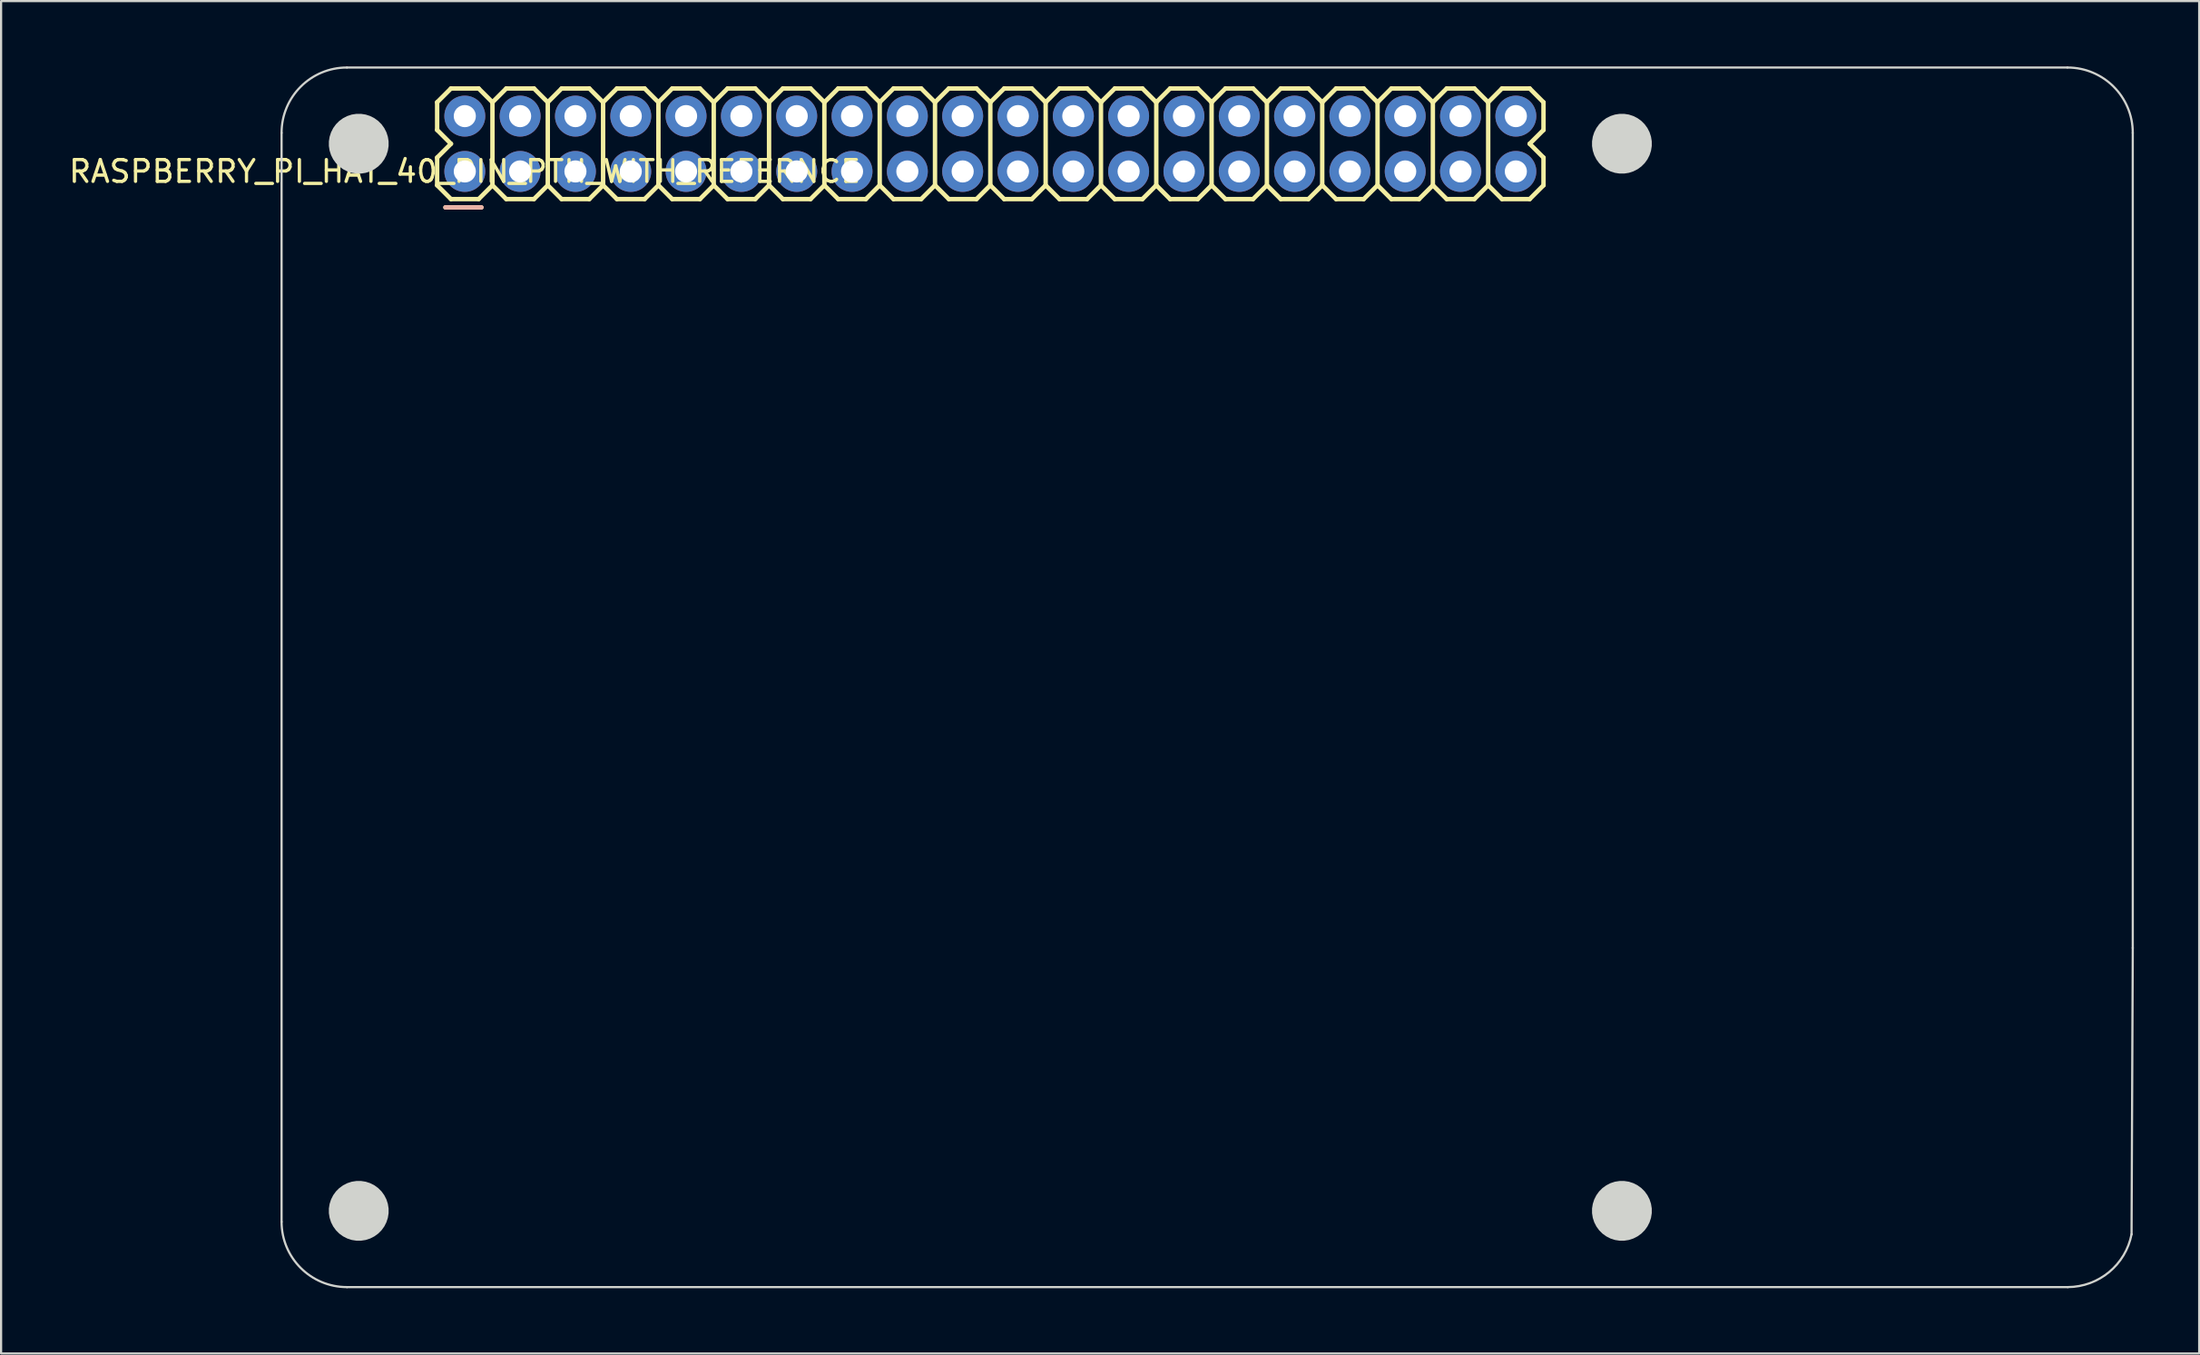
<source format=kicad_pcb>
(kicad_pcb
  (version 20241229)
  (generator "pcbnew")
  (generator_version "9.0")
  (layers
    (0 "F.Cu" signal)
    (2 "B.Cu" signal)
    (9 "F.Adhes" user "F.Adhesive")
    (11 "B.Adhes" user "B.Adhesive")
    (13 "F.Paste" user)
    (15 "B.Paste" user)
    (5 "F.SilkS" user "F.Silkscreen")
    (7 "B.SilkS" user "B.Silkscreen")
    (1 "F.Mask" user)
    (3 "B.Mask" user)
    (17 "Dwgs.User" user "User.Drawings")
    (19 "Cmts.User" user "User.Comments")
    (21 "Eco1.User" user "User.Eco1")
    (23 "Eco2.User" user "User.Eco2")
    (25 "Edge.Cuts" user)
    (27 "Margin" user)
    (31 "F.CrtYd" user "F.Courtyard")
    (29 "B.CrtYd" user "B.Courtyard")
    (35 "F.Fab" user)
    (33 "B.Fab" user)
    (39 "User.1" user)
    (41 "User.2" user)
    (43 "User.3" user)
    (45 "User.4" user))
  (footprint "RASPBERRY_PI_HAT_40_PIN_PTH_WITH_REFERNCE"
    (layer "F.Cu")
    (at 18.292 4.822)
    (property "Reference" "RASPBERRY_PI_HAT_40_PIN_PTH_WITH_REFERNCE" (at 0 0 0) (layer "F.SilkS") (effects (font (size 1 1) (thickness 0.15))))
    (fp_line (start -1.27 -3.175) (end -1.27 -1.905) (stroke (width 0.203) (type default)) (layer "F.SilkS"))
    (fp_line (start -1.27 -3.175) (end -0.635 -3.81) (stroke (width 0.203) (type default)) (layer "F.SilkS"))
    (fp_line (start -1.27 -1.905) (end -0.635 -1.27) (stroke (width 0.203) (type default)) (layer "F.SilkS"))
    (fp_line (start -1.27 -0.635) (end -1.27 0.635) (stroke (width 0.203) (type default)) (layer "F.SilkS"))
    (fp_line (start -1.27 0.635) (end -0.635 1.27) (stroke (width 0.203) (type default)) (layer "F.SilkS"))
    (fp_line (start -0.889 1.651) (end 0.762 1.651) (stroke (width 0.203) (type default)) (layer "F.SilkS"))
    (fp_line (start -0.635 -3.81) (end 0.635 -3.81) (stroke (width 0.203) (type default)) (layer "F.SilkS"))
    (fp_line (start -0.635 -1.27) (end -1.27 -0.635) (stroke (width 0.203) (type default)) (layer "F.SilkS"))
    (fp_line (start 0.635 -3.81) (end 1.27 -3.175) (stroke (width 0.203) (type default)) (layer "F.SilkS"))
    (fp_line (start 0.635 1.27) (end -0.635 1.27) (stroke (width 0.203) (type default)) (layer "F.SilkS"))
    (fp_line (start 1.27 -3.175) (end 1.27 0.635) (stroke (width 0.203) (type default)) (layer "F.SilkS"))
    (fp_line (start 1.27 -3.175) (end 1.905 -3.81) (stroke (width 0.203) (type default)) (layer "F.SilkS"))
    (fp_line (start 1.27 0.635) (end 0.635 1.27) (stroke (width 0.203) (type default)) (layer "F.SilkS"))
    (fp_line (start 1.905 -3.81) (end 3.175 -3.81) (stroke (width 0.203) (type default)) (layer "F.SilkS"))
    (fp_line (start 1.905 1.27) (end 1.27 0.635) (stroke (width 0.203) (type default)) (layer "F.SilkS"))
    (fp_line (start 3.175 -3.81) (end 3.81 -3.175) (stroke (width 0.203) (type default)) (layer "F.SilkS"))
    (fp_line (start 3.175 1.27) (end 1.905 1.27) (stroke (width 0.203) (type default)) (layer "F.SilkS"))
    (fp_line (start 3.81 -3.175) (end 3.81 0.635) (stroke (width 0.203) (type default)) (layer "F.SilkS"))
    (fp_line (start 3.81 -3.175) (end 4.445 -3.81) (stroke (width 0.203) (type default)) (layer "F.SilkS"))
    (fp_line (start 3.81 0.635) (end 3.175 1.27) (stroke (width 0.203) (type default)) (layer "F.SilkS"))
    (fp_line (start 4.445 -3.81) (end 5.715 -3.81) (stroke (width 0.203) (type default)) (layer "F.SilkS"))
    (fp_line (start 4.445 1.27) (end 3.81 0.635) (stroke (width 0.203) (type default)) (layer "F.SilkS"))
    (fp_line (start 5.715 -3.81) (end 6.35 -3.175) (stroke (width 0.203) (type default)) (layer "F.SilkS"))
    (fp_line (start 5.715 1.27) (end 4.445 1.27) (stroke (width 0.203) (type default)) (layer "F.SilkS"))
    (fp_line (start 6.35 -3.175) (end 6.35 0.635) (stroke (width 0.203) (type default)) (layer "F.SilkS"))
    (fp_line (start 6.35 0.635) (end 5.715 1.27) (stroke (width 0.203) (type default)) (layer "F.SilkS"))
    (fp_line (start 6.35 0.635) (end 6.985 1.27) (stroke (width 0.203) (type default)) (layer "F.SilkS"))
    (fp_line (start 6.985 -3.81) (end 6.35 -3.175) (stroke (width 0.203) (type default)) (layer "F.SilkS"))
    (fp_line (start 6.985 -3.81) (end 8.255 -3.81) (stroke (width 0.203) (type default)) (layer "F.SilkS"))
    (fp_line (start 8.255 -3.81) (end 8.89 -3.175) (stroke (width 0.203) (type default)) (layer "F.SilkS"))
    (fp_line (start 8.255 1.27) (end 6.985 1.27) (stroke (width 0.203) (type default)) (layer "F.SilkS"))
    (fp_line (start 8.89 -3.175) (end 8.89 0.635) (stroke (width 0.203) (type default)) (layer "F.SilkS"))
    (fp_line (start 8.89 -3.175) (end 9.525 -3.81) (stroke (width 0.203) (type default)) (layer "F.SilkS"))
    (fp_line (start 8.89 0.635) (end 8.255 1.27) (stroke (width 0.203) (type default)) (layer "F.SilkS"))
    (fp_line (start 9.525 -3.81) (end 10.795 -3.81) (stroke (width 0.203) (type default)) (layer "F.SilkS"))
    (fp_line (start 9.525 1.27) (end 8.89 0.635) (stroke (width 0.203) (type default)) (layer "F.SilkS"))
    (fp_line (start 10.795 -3.81) (end 11.43 -3.175) (stroke (width 0.203) (type default)) (layer "F.SilkS"))
    (fp_line (start 10.795 1.27) (end 9.525 1.27) (stroke (width 0.203) (type default)) (layer "F.SilkS"))
    (fp_line (start 11.43 -3.175) (end 11.43 0.635) (stroke (width 0.203) (type default)) (layer "F.SilkS"))
    (fp_line (start 11.43 -3.175) (end 12.065 -3.81) (stroke (width 0.203) (type default)) (layer "F.SilkS"))
    (fp_line (start 11.43 0.635) (end 10.795 1.27) (stroke (width 0.203) (type default)) (layer "F.SilkS"))
    (fp_line (start 12.065 -3.81) (end 13.335 -3.81) (stroke (width 0.203) (type default)) (layer "F.SilkS"))
    (fp_line (start 12.065 1.27) (end 11.43 0.635) (stroke (width 0.203) (type default)) (layer "F.SilkS"))
    (fp_line (start 13.335 -3.81) (end 13.97 -3.175) (stroke (width 0.203) (type default)) (layer "F.SilkS"))
    (fp_line (start 13.335 1.27) (end 12.065 1.27) (stroke (width 0.203) (type default)) (layer "F.SilkS"))
    (fp_line (start 13.97 -3.175) (end 13.97 0.635) (stroke (width 0.203) (type default)) (layer "F.SilkS"))
    (fp_line (start 13.97 0.635) (end 13.335 1.27) (stroke (width 0.203) (type default)) (layer "F.SilkS"))
    (fp_line (start 13.97 0.635) (end 14.605 1.27) (stroke (width 0.203) (type default)) (layer "F.SilkS"))
    (fp_line (start 14.605 -3.81) (end 13.97 -3.175) (stroke (width 0.203) (type default)) (layer "F.SilkS"))
    (fp_line (start 14.605 -3.81) (end 15.875 -3.81) (stroke (width 0.203) (type default)) (layer "F.SilkS"))
    (fp_line (start 15.875 -3.81) (end 16.51 -3.175) (stroke (width 0.203) (type default)) (layer "F.SilkS"))
    (fp_line (start 15.875 1.27) (end 14.605 1.27) (stroke (width 0.203) (type default)) (layer "F.SilkS"))
    (fp_line (start 16.51 -3.175) (end 16.51 0.635) (stroke (width 0.203) (type default)) (layer "F.SilkS"))
    (fp_line (start 16.51 0.635) (end 15.875 1.27) (stroke (width 0.203) (type default)) (layer "F.SilkS"))
    (fp_line (start 16.51 0.635) (end 17.145 1.27) (stroke (width 0.203) (type default)) (layer "F.SilkS"))
    (fp_line (start 17.145 -3.81) (end 16.51 -3.175) (stroke (width 0.203) (type default)) (layer "F.SilkS"))
    (fp_line (start 17.145 -3.81) (end 18.415 -3.81) (stroke (width 0.203) (type default)) (layer "F.SilkS"))
    (fp_line (start 18.415 -3.81) (end 19.05 -3.175) (stroke (width 0.203) (type default)) (layer "F.SilkS"))
    (fp_line (start 18.415 1.27) (end 17.145 1.27) (stroke (width 0.203) (type default)) (layer "F.SilkS"))
    (fp_line (start 19.05 -3.175) (end 19.05 0.635) (stroke (width 0.203) (type default)) (layer "F.SilkS"))
    (fp_line (start 19.05 -3.175) (end 19.685 -3.81) (stroke (width 0.203) (type default)) (layer "F.SilkS"))
    (fp_line (start 19.05 0.635) (end 18.415 1.27) (stroke (width 0.203) (type default)) (layer "F.SilkS"))
    (fp_line (start 19.685 -3.81) (end 20.955 -3.81) (stroke (width 0.203) (type default)) (layer "F.SilkS"))
    (fp_line (start 19.685 1.27) (end 19.05 0.635) (stroke (width 0.203) (type default)) (layer "F.SilkS"))
    (fp_line (start 20.955 -3.81) (end 21.59 -3.175) (stroke (width 0.203) (type default)) (layer "F.SilkS"))
    (fp_line (start 20.955 1.27) (end 19.685 1.27) (stroke (width 0.203) (type default)) (layer "F.SilkS"))
    (fp_line (start 21.59 -3.175) (end 21.59 0.635) (stroke (width 0.203) (type default)) (layer "F.SilkS"))
    (fp_line (start 21.59 -3.175) (end 22.225 -3.81) (stroke (width 0.203) (type default)) (layer "F.SilkS"))
    (fp_line (start 21.59 0.635) (end 20.955 1.27) (stroke (width 0.203) (type default)) (layer "F.SilkS"))
    (fp_line (start 22.225 -3.81) (end 23.495 -3.81) (stroke (width 0.203) (type default)) (layer "F.SilkS"))
    (fp_line (start 22.225 1.27) (end 21.59 0.635) (stroke (width 0.203) (type default)) (layer "F.SilkS"))
    (fp_line (start 23.495 -3.81) (end 24.13 -3.175) (stroke (width 0.203) (type default)) (layer "F.SilkS"))
    (fp_line (start 23.495 1.27) (end 22.225 1.27) (stroke (width 0.203) (type default)) (layer "F.SilkS"))
    (fp_line (start 24.13 -3.175) (end 24.13 0.635) (stroke (width 0.203) (type default)) (layer "F.SilkS"))
    (fp_line (start 24.13 0.635) (end 23.495 1.27) (stroke (width 0.203) (type default)) (layer "F.SilkS"))
    (fp_line (start 24.13 0.635) (end 24.765 1.27) (stroke (width 0.203) (type default)) (layer "F.SilkS"))
    (fp_line (start 24.765 -3.81) (end 24.13 -3.175) (stroke (width 0.203) (type default)) (layer "F.SilkS"))
    (fp_line (start 24.765 -3.81) (end 26.035 -3.81) (stroke (width 0.203) (type default)) (layer "F.SilkS"))
    (fp_line (start 26.035 -3.81) (end 26.67 -3.175) (stroke (width 0.203) (type default)) (layer "F.SilkS"))
    (fp_line (start 26.035 1.27) (end 24.765 1.27) (stroke (width 0.203) (type default)) (layer "F.SilkS"))
    (fp_line (start 26.67 -3.175) (end 26.67 0.635) (stroke (width 0.203) (type default)) (layer "F.SilkS"))
    (fp_line (start 26.67 -3.175) (end 27.305 -3.81) (stroke (width 0.203) (type default)) (layer "F.SilkS"))
    (fp_line (start 26.67 0.635) (end 26.035 1.27) (stroke (width 0.203) (type default)) (layer "F.SilkS"))
    (fp_line (start 27.305 -3.81) (end 28.575 -3.81) (stroke (width 0.203) (type default)) (layer "F.SilkS"))
    (fp_line (start 27.305 1.27) (end 26.67 0.635) (stroke (width 0.203) (type default)) (layer "F.SilkS"))
    (fp_line (start 28.575 -3.81) (end 29.21 -3.175) (stroke (width 0.203) (type default)) (layer "F.SilkS"))
    (fp_line (start 28.575 1.27) (end 27.305 1.27) (stroke (width 0.203) (type default)) (layer "F.SilkS"))
    (fp_line (start 29.21 -3.175) (end 29.21 0.635) (stroke (width 0.203) (type default)) (layer "F.SilkS"))
    (fp_line (start 29.21 -3.175) (end 29.845 -3.81) (stroke (width 0.203) (type default)) (layer "F.SilkS"))
    (fp_line (start 29.21 0.635) (end 28.575 1.27) (stroke (width 0.203) (type default)) (layer "F.SilkS"))
    (fp_line (start 29.845 -3.81) (end 31.115 -3.81) (stroke (width 0.203) (type default)) (layer "F.SilkS"))
    (fp_line (start 29.845 1.27) (end 29.21 0.635) (stroke (width 0.203) (type default)) (layer "F.SilkS"))
    (fp_line (start 31.115 -3.81) (end 31.75 -3.175) (stroke (width 0.203) (type default)) (layer "F.SilkS"))
    (fp_line (start 31.115 1.27) (end 29.845 1.27) (stroke (width 0.203) (type default)) (layer "F.SilkS"))
    (fp_line (start 31.75 -3.175) (end 31.75 0.635) (stroke (width 0.203) (type default)) (layer "F.SilkS"))
    (fp_line (start 31.75 0.635) (end 31.115 1.27) (stroke (width 0.203) (type default)) (layer "F.SilkS"))
    (fp_line (start 32.385 -3.81) (end 31.75 -3.175) (stroke (width 0.203) (type default)) (layer "F.SilkS"))
    (fp_line (start 32.385 -3.81) (end 33.655 -3.81) (stroke (width 0.203) (type default)) (layer "F.SilkS"))
    (fp_line (start 32.385 1.27) (end 31.75 0.635) (stroke (width 0.203) (type default)) (layer "F.SilkS"))
    (fp_line (start 33.655 -3.81) (end 34.29 -3.175) (stroke (width 0.203) (type default)) (layer "F.SilkS"))
    (fp_line (start 33.655 1.27) (end 32.385 1.27) (stroke (width 0.203) (type default)) (layer "F.SilkS"))
    (fp_line (start 34.29 -3.175) (end 34.29 0.635) (stroke (width 0.203) (type default)) (layer "F.SilkS"))
    (fp_line (start 34.29 0.635) (end 33.655 1.27) (stroke (width 0.203) (type default)) (layer "F.SilkS"))
    (fp_line (start 34.925 -3.81) (end 34.29 -3.175) (stroke (width 0.203) (type default)) (layer "F.SilkS"))
    (fp_line (start 34.925 -3.81) (end 36.195 -3.81) (stroke (width 0.203) (type default)) (layer "F.SilkS"))
    (fp_line (start 34.925 1.27) (end 34.29 0.635) (stroke (width 0.203) (type default)) (layer "F.SilkS"))
    (fp_line (start 36.195 -3.81) (end 36.83 -3.175) (stroke (width 0.203) (type default)) (layer "F.SilkS"))
    (fp_line (start 36.195 1.27) (end 34.925 1.27) (stroke (width 0.203) (type default)) (layer "F.SilkS"))
    (fp_line (start 36.83 -3.175) (end 36.83 0.635) (stroke (width 0.203) (type default)) (layer "F.SilkS"))
    (fp_line (start 36.83 -3.175) (end 37.465 -3.81) (stroke (width 0.203) (type default)) (layer "F.SilkS"))
    (fp_line (start 36.83 0.635) (end 36.195 1.27) (stroke (width 0.203) (type default)) (layer "F.SilkS"))
    (fp_line (start 37.465 -3.81) (end 38.735 -3.81) (stroke (width 0.203) (type default)) (layer "F.SilkS"))
    (fp_line (start 37.465 1.27) (end 36.83 0.635) (stroke (width 0.203) (type default)) (layer "F.SilkS"))
    (fp_line (start 38.735 -3.81) (end 39.37 -3.175) (stroke (width 0.203) (type default)) (layer "F.SilkS"))
    (fp_line (start 38.735 1.27) (end 37.465 1.27) (stroke (width 0.203) (type default)) (layer "F.SilkS"))
    (fp_line (start 38.735 1.27) (end 39.37 0.635) (stroke (width 0.203) (type default)) (layer "F.SilkS"))
    (fp_line (start 39.37 -3.175) (end 39.37 0.635) (stroke (width 0.203) (type default)) (layer "F.SilkS"))
    (fp_line (start 39.37 -3.175) (end 40.005 -3.81) (stroke (width 0.203) (type default)) (layer "F.SilkS"))
    (fp_line (start 40.005 -3.81) (end 41.275 -3.81) (stroke (width 0.203) (type default)) (layer "F.SilkS"))
    (fp_line (start 40.005 1.27) (end 39.37 0.635) (stroke (width 0.203) (type default)) (layer "F.SilkS"))
    (fp_line (start 41.275 -3.81) (end 41.91 -3.175) (stroke (width 0.203) (type default)) (layer "F.SilkS"))
    (fp_line (start 41.275 1.27) (end 40.005 1.27) (stroke (width 0.203) (type default)) (layer "F.SilkS"))
    (fp_line (start 41.91 -3.175) (end 41.91 0.635) (stroke (width 0.203) (type default)) (layer "F.SilkS"))
    (fp_line (start 41.91 0.635) (end 41.275 1.27) (stroke (width 0.203) (type default)) (layer "F.SilkS"))
    (fp_line (start 42.545 -3.81) (end 41.91 -3.175) (stroke (width 0.203) (type default)) (layer "F.SilkS"))
    (fp_line (start 42.545 -3.81) (end 43.815 -3.81) (stroke (width 0.203) (type default)) (layer "F.SilkS"))
    (fp_line (start 42.545 1.27) (end 41.91 0.635) (stroke (width 0.203) (type default)) (layer "F.SilkS"))
    (fp_line (start 43.815 -3.81) (end 44.45 -3.175) (stroke (width 0.203) (type default)) (layer "F.SilkS"))
    (fp_line (start 43.815 1.27) (end 42.545 1.27) (stroke (width 0.203) (type default)) (layer "F.SilkS"))
    (fp_line (start 44.45 -3.175) (end 44.45 0.635) (stroke (width 0.203) (type default)) (layer "F.SilkS"))
    (fp_line (start 44.45 -3.175) (end 45.085 -3.81) (stroke (width 0.203) (type default)) (layer "F.SilkS"))
    (fp_line (start 44.45 0.635) (end 43.815 1.27) (stroke (width 0.203) (type default)) (layer "F.SilkS"))
    (fp_line (start 45.085 -3.81) (end 46.355 -3.81) (stroke (width 0.203) (type default)) (layer "F.SilkS"))
    (fp_line (start 45.085 1.27) (end 44.45 0.635) (stroke (width 0.203) (type default)) (layer "F.SilkS"))
    (fp_line (start 46.355 -3.81) (end 46.99 -3.175) (stroke (width 0.203) (type default)) (layer "F.SilkS"))
    (fp_line (start 46.355 1.27) (end 45.085 1.27) (stroke (width 0.203) (type default)) (layer "F.SilkS"))
    (fp_line (start 46.355 1.27) (end 46.99 0.635) (stroke (width 0.203) (type default)) (layer "F.SilkS"))
    (fp_line (start 46.99 -3.175) (end 46.99 0.635) (stroke (width 0.203) (type default)) (layer "F.SilkS"))
    (fp_line (start 46.99 -3.175) (end 47.625 -3.81) (stroke (width 0.203) (type default)) (layer "F.SilkS"))
    (fp_line (start 47.625 -3.81) (end 48.895 -3.81) (stroke (width 0.203) (type default)) (layer "F.SilkS"))
    (fp_line (start 47.625 1.27) (end 46.99 0.635) (stroke (width 0.203) (type default)) (layer "F.SilkS"))
    (fp_line (start 48.895 -3.81) (end 49.53 -3.175) (stroke (width 0.203) (type default)) (layer "F.SilkS"))
    (fp_line (start 48.895 -1.27) (end 49.53 -0.635) (stroke (width 0.203) (type default)) (layer "F.SilkS"))
    (fp_line (start 48.895 1.27) (end 47.625 1.27) (stroke (width 0.203) (type default)) (layer "F.SilkS"))
    (fp_line (start 48.895 1.27) (end 49.53 0.635) (stroke (width 0.203) (type default)) (layer "F.SilkS"))
    (fp_line (start 49.53 -1.905) (end 48.895 -1.27) (stroke (width 0.203) (type default)) (layer "F.SilkS"))
    (fp_line (start 49.53 -1.905) (end 49.53 -3.175) (stroke (width 0.203) (type default)) (layer "F.SilkS"))
    (fp_line (start 49.53 0.635) (end 49.53 -0.635) (stroke (width 0.203) (type default)) (layer "F.SilkS"))
    (fp_line (start -0.889 1.651) (end 0.762 1.651) (stroke (width 0.203) (type default)) (layer "B.SilkS"))
    (fp_poly (pts (xy -0.254 -2.794) (xy 0.254 -2.794) (xy 0.254 -2.286) (xy -0.254 -2.286)) (stroke (width 0.1) (type default)) (fill no) (layer "Dwgs.User"))
    (fp_poly (pts (xy -0.254 -0.254) (xy 0.254 -0.254) (xy 0.254 0.254) (xy -0.254 0.254)) (stroke (width 0.1) (type default)) (fill no) (layer "Dwgs.User"))
    (fp_poly (pts (xy 2.286 -2.794) (xy 2.794 -2.794) (xy 2.794 -2.286) (xy 2.286 -2.286)) (stroke (width 0.1) (type default)) (fill no) (layer "Dwgs.User"))
    (fp_poly (pts (xy 2.286 -0.254) (xy 2.794 -0.254) (xy 2.794 0.254) (xy 2.286 0.254)) (stroke (width 0.1) (type default)) (fill no) (layer "Dwgs.User"))
    (fp_poly (pts (xy 4.826 -2.794) (xy 5.334 -2.794) (xy 5.334 -2.286) (xy 4.826 -2.286)) (stroke (width 0.1) (type default)) (fill no) (layer "Dwgs.User"))
    (fp_poly (pts (xy 4.826 -0.254) (xy 5.334 -0.254) (xy 5.334 0.254) (xy 4.826 0.254)) (stroke (width 0.1) (type default)) (fill no) (layer "Dwgs.User"))
    (fp_poly (pts (xy 7.366 -2.794) (xy 7.874 -2.794) (xy 7.874 -2.286) (xy 7.366 -2.286)) (stroke (width 0.1) (type default)) (fill no) (layer "Dwgs.User"))
    (fp_poly (pts (xy 7.366 -0.254) (xy 7.874 -0.254) (xy 7.874 0.254) (xy 7.366 0.254)) (stroke (width 0.1) (type default)) (fill no) (layer "Dwgs.User"))
    (fp_poly (pts (xy 9.906 -2.794) (xy 10.414 -2.794) (xy 10.414 -2.286) (xy 9.906 -2.286)) (stroke (width 0.1) (type default)) (fill no) (layer "Dwgs.User"))
    (fp_poly (pts (xy 9.906 -0.254) (xy 10.414 -0.254) (xy 10.414 0.254) (xy 9.906 0.254)) (stroke (width 0.1) (type default)) (fill no) (layer "Dwgs.User"))
    (fp_poly (pts (xy 12.446 -2.794) (xy 12.954 -2.794) (xy 12.954 -2.286) (xy 12.446 -2.286)) (stroke (width 0.1) (type default)) (fill no) (layer "Dwgs.User"))
    (fp_poly (pts (xy 12.446 -0.254) (xy 12.954 -0.254) (xy 12.954 0.254) (xy 12.446 0.254)) (stroke (width 0.1) (type default)) (fill no) (layer "Dwgs.User"))
    (fp_poly (pts (xy 14.986 -2.794) (xy 15.494 -2.794) (xy 15.494 -2.286) (xy 14.986 -2.286)) (stroke (width 0.1) (type default)) (fill no) (layer "Dwgs.User"))
    (fp_poly (pts (xy 14.986 -0.254) (xy 15.494 -0.254) (xy 15.494 0.254) (xy 14.986 0.254)) (stroke (width 0.1) (type default)) (fill no) (layer "Dwgs.User"))
    (fp_poly (pts (xy 17.526 -2.794) (xy 18.034 -2.794) (xy 18.034 -2.286) (xy 17.526 -2.286)) (stroke (width 0.1) (type default)) (fill no) (layer "Dwgs.User"))
    (fp_poly (pts (xy 17.526 -0.254) (xy 18.034 -0.254) (xy 18.034 0.254) (xy 17.526 0.254)) (stroke (width 0.1) (type default)) (fill no) (layer "Dwgs.User"))
    (fp_poly (pts (xy 20.066 -2.794) (xy 20.574 -2.794) (xy 20.574 -2.286) (xy 20.066 -2.286)) (stroke (width 0.1) (type default)) (fill no) (layer "Dwgs.User"))
    (fp_poly (pts (xy 20.066 -0.254) (xy 20.574 -0.254) (xy 20.574 0.254) (xy 20.066 0.254)) (stroke (width 0.1) (type default)) (fill no) (layer "Dwgs.User"))
    (fp_poly (pts (xy 22.606 -2.794) (xy 23.114 -2.794) (xy 23.114 -2.286) (xy 22.606 -2.286)) (stroke (width 0.1) (type default)) (fill no) (layer "Dwgs.User"))
    (fp_poly (pts (xy 22.606 -0.254) (xy 23.114 -0.254) (xy 23.114 0.254) (xy 22.606 0.254)) (stroke (width 0.1) (type default)) (fill no) (layer "Dwgs.User"))
    (fp_poly (pts (xy 25.146 -2.794) (xy 25.654 -2.794) (xy 25.654 -2.286) (xy 25.146 -2.286)) (stroke (width 0.1) (type default)) (fill no) (layer "Dwgs.User"))
    (fp_poly (pts (xy 25.146 -0.254) (xy 25.654 -0.254) (xy 25.654 0.254) (xy 25.146 0.254)) (stroke (width 0.1) (type default)) (fill no) (layer "Dwgs.User"))
    (fp_poly (pts (xy 27.686 -2.794) (xy 28.194 -2.794) (xy 28.194 -2.286) (xy 27.686 -2.286)) (stroke (width 0.1) (type default)) (fill no) (layer "Dwgs.User"))
    (fp_poly (pts (xy 27.686 -0.254) (xy 28.194 -0.254) (xy 28.194 0.254) (xy 27.686 0.254)) (stroke (width 0.1) (type default)) (fill no) (layer "Dwgs.User"))
    (fp_poly (pts (xy 30.226 -2.794) (xy 30.734 -2.794) (xy 30.734 -2.286) (xy 30.226 -2.286)) (stroke (width 0.1) (type default)) (fill no) (layer "Dwgs.User"))
    (fp_poly (pts (xy 30.226 -0.254) (xy 30.734 -0.254) (xy 30.734 0.254) (xy 30.226 0.254)) (stroke (width 0.1) (type default)) (fill no) (layer "Dwgs.User"))
    (fp_poly (pts (xy 32.766 -2.794) (xy 33.274 -2.794) (xy 33.274 -2.286) (xy 32.766 -2.286)) (stroke (width 0.1) (type default)) (fill no) (layer "Dwgs.User"))
    (fp_poly (pts (xy 32.766 -0.254) (xy 33.274 -0.254) (xy 33.274 0.254) (xy 32.766 0.254)) (stroke (width 0.1) (type default)) (fill no) (layer "Dwgs.User"))
    (fp_poly (pts (xy 35.306 -2.794) (xy 35.814 -2.794) (xy 35.814 -2.286) (xy 35.306 -2.286)) (stroke (width 0.1) (type default)) (fill no) (layer "Dwgs.User"))
    (fp_poly (pts (xy 35.306 -0.254) (xy 35.814 -0.254) (xy 35.814 0.254) (xy 35.306 0.254)) (stroke (width 0.1) (type default)) (fill no) (layer "Dwgs.User"))
    (fp_poly (pts (xy 37.846 -2.794) (xy 38.354 -2.794) (xy 38.354 -2.286) (xy 37.846 -2.286)) (stroke (width 0.1) (type default)) (fill no) (layer "Dwgs.User"))
    (fp_poly (pts (xy 37.846 -0.254) (xy 38.354 -0.254) (xy 38.354 0.254) (xy 37.846 0.254)) (stroke (width 0.1) (type default)) (fill no) (layer "Dwgs.User"))
    (fp_poly (pts (xy 40.386 -2.794) (xy 40.894 -2.794) (xy 40.894 -2.286) (xy 40.386 -2.286)) (stroke (width 0.1) (type default)) (fill no) (layer "Dwgs.User"))
    (fp_poly (pts (xy 40.386 -0.254) (xy 40.894 -0.254) (xy 40.894 0.254) (xy 40.386 0.254)) (stroke (width 0.1) (type default)) (fill no) (layer "Dwgs.User"))
    (fp_poly (pts (xy 42.926 -2.794) (xy 43.434 -2.794) (xy 43.434 -2.286) (xy 42.926 -2.286)) (stroke (width 0.1) (type default)) (fill no) (layer "Dwgs.User"))
    (fp_poly (pts (xy 42.926 -0.254) (xy 43.434 -0.254) (xy 43.434 0.254) (xy 42.926 0.254)) (stroke (width 0.1) (type default)) (fill no) (layer "Dwgs.User"))
    (fp_poly (pts (xy 45.466 -2.794) (xy 45.974 -2.794) (xy 45.974 -2.286) (xy 45.466 -2.286)) (stroke (width 0.1) (type default)) (fill no) (layer "Dwgs.User"))
    (fp_poly (pts (xy 45.466 -0.254) (xy 45.974 -0.254) (xy 45.974 0.254) (xy 45.466 0.254)) (stroke (width 0.1) (type default)) (fill no) (layer "Dwgs.User"))
    (fp_poly (pts (xy 48.006 -2.794) (xy 48.514 -2.794) (xy 48.514 -2.286) (xy 48.006 -2.286)) (stroke (width 0.1) (type default)) (fill no) (layer "Dwgs.User"))
    (fp_poly (pts (xy 48.006 -0.254) (xy 48.514 -0.254) (xy 48.514 0.254) (xy 48.006 0.254)) (stroke (width 0.1) (type default)) (fill no) (layer "Dwgs.User"))
    (fp_line (start -8.413 -1.771) (end -8.413 48.228) (stroke (width 0.1) (type default)) (layer "Edge.Cuts"))
    (fp_line (start -5.413 51.228) (end 73.602 51.228) (stroke (width 0.1) (type default)) (layer "Edge.Cuts"))
    (fp_line (start 73.587 -4.771) (end -5.413 -4.771) (stroke (width 0.1) (type default)) (layer "Edge.Cuts"))
    (fp_line (start 76.587 35.654) (end 76.531 48.802) (stroke (width 0.1) (type default)) (layer "Edge.Cuts"))
    (fp_line (start 76.587 35.654) (end 76.587 -1.772) (stroke (width 0.1) (type default)) (layer "Edge.Cuts"))
    (fp_arc (start -8.413 -1.771499) (mid -7.53432 -3.89282) (end -5.412999 -4.7715) (stroke (width 0.1) (type default)) (layer "Edge.Cuts"))
    (fp_arc (start -5.413001 51.228) (mid -7.534144 50.349497) (end -8.413 48.228) (stroke (width 0.1) (type default)) (layer "Edge.Cuts"))
    (fp_arc (start 73.5865 -4.7715) (mid 75.70782 -3.89282) (end 76.5865 -1.7715) (stroke (width 0.1) (type default)) (layer "Edge.Cuts"))
    (fp_arc (start 76.5315 48.801991) (mid 75.494413 50.543679) (end 73.60179 51.228) (stroke (width 0.1) (type default)) (layer "Edge.Cuts"))
    (fp_poly (pts (xy -3.499 -1.381) (xy -3.533 -1.594) (xy -3.6 -1.8) (xy -3.698 -1.992) (xy -3.824 -2.166) (xy -3.977 -2.319) (xy -4.152 -2.446) (xy -4.344 -2.544) (xy -4.549 -2.611) (xy -4.762 -2.644) (xy -4.978 -2.644) (xy -5.191 -2.611) (xy -5.396 -2.544) (xy -5.588 -2.446) (xy -5.763 -2.319) (xy -5.916 -2.166) (xy -6.042 -1.992) (xy -6.14 -1.8) (xy -6.207 -1.594) (xy -6.241 -1.381) (xy -6.241 -1.166) (xy -6.207 -0.953) (xy -6.14 -0.747) (xy -6.042 -0.555) (xy -5.916 -0.381) (xy -5.763 -0.228) (xy -5.588 -0.101) (xy -5.396 -0.003) (xy -5.191 0.064) (xy -4.978 0.097) (xy -4.762 0.097) (xy -4.549 0.064) (xy -4.344 -0.003) (xy -4.152 -0.101) (xy -3.977 -0.228) (xy -3.824 -0.381) (xy -3.698 -0.555) (xy -3.6 -0.747) (xy -3.533 -0.953) (xy -3.499 -1.166)) (stroke (width 0) (type default)) (fill yes) (layer "Edge.Cuts"))
    (fp_poly (pts (xy -3.499 47.619) (xy -3.533 47.406) (xy -3.6 47.2) (xy -3.698 47.008) (xy -3.824 46.834) (xy -3.977 46.681) (xy -4.152 46.554) (xy -4.344 46.456) (xy -4.549 46.389) (xy -4.762 46.356) (xy -4.978 46.356) (xy -5.191 46.389) (xy -5.396 46.456) (xy -5.588 46.554) (xy -5.763 46.681) (xy -5.916 46.834) (xy -6.042 47.008) (xy -6.14 47.2) (xy -6.207 47.406) (xy -6.241 47.619) (xy -6.241 47.834) (xy -6.207 48.047) (xy -6.14 48.253) (xy -6.042 48.445) (xy -5.916 48.619) (xy -5.763 48.772) (xy -5.588 48.899) (xy -5.396 48.997) (xy -5.191 49.064) (xy -4.978 49.097) (xy -4.762 49.097) (xy -4.549 49.064) (xy -4.344 48.997) (xy -4.152 48.899) (xy -3.977 48.772) (xy -3.824 48.619) (xy -3.698 48.445) (xy -3.6 48.253) (xy -3.533 48.047) (xy -3.499 47.834)) (stroke (width 0) (type default)) (fill yes) (layer "Edge.Cuts"))
    (fp_poly (pts (xy 54.501 -1.381) (xy 54.467 -1.594) (xy 54.4 -1.8) (xy 54.302 -1.992) (xy 54.176 -2.166) (xy 54.023 -2.319) (xy 53.848 -2.446) (xy 53.656 -2.544) (xy 53.451 -2.611) (xy 53.238 -2.644) (xy 53.022 -2.644) (xy 52.809 -2.611) (xy 52.604 -2.544) (xy 52.412 -2.446) (xy 52.237 -2.319) (xy 52.084 -2.166) (xy 51.958 -1.992) (xy 51.86 -1.8) (xy 51.793 -1.594) (xy 51.759 -1.381) (xy 51.759 -1.166) (xy 51.793 -0.953) (xy 51.86 -0.747) (xy 51.958 -0.555) (xy 52.084 -0.381) (xy 52.237 -0.228) (xy 52.412 -0.101) (xy 52.604 -0.003) (xy 52.809 0.064) (xy 53.022 0.097) (xy 53.238 0.097) (xy 53.451 0.064) (xy 53.656 -0.003) (xy 53.848 -0.101) (xy 54.023 -0.228) (xy 54.176 -0.381) (xy 54.302 -0.555) (xy 54.4 -0.747) (xy 54.467 -0.953) (xy 54.501 -1.166)) (stroke (width 0) (type default)) (fill yes) (layer "Edge.Cuts"))
    (fp_poly (pts (xy 54.501 47.619) (xy 54.467 47.406) (xy 54.4 47.2) (xy 54.302 47.008) (xy 54.176 46.834) (xy 54.023 46.681) (xy 53.848 46.554) (xy 53.656 46.456) (xy 53.451 46.389) (xy 53.238 46.356) (xy 53.022 46.356) (xy 52.809 46.389) (xy 52.604 46.456) (xy 52.412 46.554) (xy 52.237 46.681) (xy 52.084 46.834) (xy 51.958 47.008) (xy 51.86 47.2) (xy 51.793 47.406) (xy 51.759 47.619) (xy 51.759 47.834) (xy 51.793 48.047) (xy 51.86 48.253) (xy 51.958 48.445) (xy 52.084 48.619) (xy 52.237 48.772) (xy 52.412 48.899) (xy 52.604 48.997) (xy 52.809 49.064) (xy 53.022 49.097) (xy 53.238 49.097) (xy 53.451 49.064) (xy 53.656 48.997) (xy 53.848 48.899) (xy 54.023 48.772) (xy 54.176 48.619) (xy 54.302 48.445) (xy 54.4 48.253) (xy 54.467 48.047) (xy 54.501 47.834)) (stroke (width 0) (type default)) (fill yes) (layer "Edge.Cuts"))
    (fp_circle (center -4.894 -1.274) (end -3.28 -1.274) (stroke (width 0.203) (type default)) (fill no) (layer "User.1"))
    (fp_circle (center -4.894 47.727) (end -3.28 47.727) (stroke (width 0.203) (type default)) (fill no) (layer "User.1"))
    (fp_circle (center -4.87 -1.274) (end -3.256 -1.274) (stroke (width 0.203) (type default)) (fill no) (layer "User.1"))
    (fp_circle (center -4.87 -1.274) (end -2.076 -1.274) (stroke (width 0.127) (type default)) (fill no) (layer "User.1"))
    (fp_circle (center -4.87 47.727) (end -3.256 47.727) (stroke (width 0.203) (type default)) (fill no) (layer "User.1"))
    (fp_circle (center -4.87 47.727) (end -2.076 47.727) (stroke (width 0.127) (type default)) (fill no) (layer "User.1"))
    (fp_circle (center 53.106 -1.274) (end 54.719 -1.274) (stroke (width 0.203) (type default)) (fill no) (layer "User.1"))
    (fp_circle (center 53.106 47.727) (end 54.719 47.727) (stroke (width 0.203) (type default)) (fill no) (layer "User.1"))
    (fp_circle (center 53.13 -1.274) (end 54.743 -1.274) (stroke (width 0.203) (type default)) (fill no) (layer "User.1"))
    (fp_circle (center 53.13 -1.274) (end 55.924 -1.274) (stroke (width 0.127) (type default)) (fill no) (layer "User.1"))
    (fp_circle (center 53.13 47.727) (end 54.743 47.727) (stroke (width 0.203) (type default)) (fill no) (layer "User.1"))
    (fp_circle (center 53.13 47.727) (end 55.924 47.727) (stroke (width 0.127) (type default)) (fill no) (layer "User.1"))
    (pad "1" thru_hole circle (at 0 0 90) (size 1.879 1.879) (drill 1.016) (layers "*.Cu" "*.Mask"))
    (pad "2" thru_hole circle (at 0 -2.54 270) (size 1.879 1.879) (drill 1.016) (layers "*.Cu" "*.Mask"))
    (pad "3" thru_hole circle (at 2.54 0 90) (size 1.879 1.879) (drill 1.016) (layers "*.Cu" "*.Mask"))
    (pad "4" thru_hole circle (at 2.54 -2.54 270) (size 1.879 1.879) (drill 1.016) (layers "*.Cu" "*.Mask"))
    (pad "5" thru_hole circle (at 5.08 0 90) (size 1.879 1.879) (drill 1.016) (layers "*.Cu" "*.Mask"))
    (pad "6" thru_hole circle (at 5.08 -2.54 270) (size 1.879 1.879) (drill 1.016) (layers "*.Cu" "*.Mask"))
    (pad "7" thru_hole circle (at 7.62 0 90) (size 1.879 1.879) (drill 1.016) (layers "*.Cu" "*.Mask"))
    (pad "8" thru_hole circle (at 7.62 -2.54 270) (size 1.879 1.879) (drill 1.016) (layers "*.Cu" "*.Mask"))
    (pad "9" thru_hole circle (at 10.16 0 90) (size 1.879 1.879) (drill 1.016) (layers "*.Cu" "*.Mask"))
    (pad "10" thru_hole circle (at 10.16 -2.54 270) (size 1.879 1.879) (drill 1.016) (layers "*.Cu" "*.Mask"))
    (pad "11" thru_hole circle (at 12.7 0 90) (size 1.879 1.879) (drill 1.016) (layers "*.Cu" "*.Mask"))
    (pad "12" thru_hole circle (at 12.7 -2.54 270) (size 1.879 1.879) (drill 1.016) (layers "*.Cu" "*.Mask"))
    (pad "13" thru_hole circle (at 15.24 0 90) (size 1.879 1.879) (drill 1.016) (layers "*.Cu" "*.Mask"))
    (pad "14" thru_hole circle (at 15.24 -2.54 270) (size 1.879 1.879) (drill 1.016) (layers "*.Cu" "*.Mask"))
    (pad "15" thru_hole circle (at 17.78 0 90) (size 1.879 1.879) (drill 1.016) (layers "*.Cu" "*.Mask"))
    (pad "16" thru_hole circle (at 17.78 -2.54 270) (size 1.879 1.879) (drill 1.016) (layers "*.Cu" "*.Mask"))
    (pad "17" thru_hole circle (at 20.32 0 90) (size 1.879 1.879) (drill 1.016) (layers "*.Cu" "*.Mask"))
    (pad "18" thru_hole circle (at 20.32 -2.54 270) (size 1.879 1.879) (drill 1.016) (layers "*.Cu" "*.Mask"))
    (pad "19" thru_hole circle (at 22.86 0 90) (size 1.879 1.879) (drill 1.016) (layers "*.Cu" "*.Mask"))
    (pad "20" thru_hole circle (at 22.86 -2.54 270) (size 1.879 1.879) (drill 1.016) (layers "*.Cu" "*.Mask"))
    (pad "21" thru_hole circle (at 25.4 0 90) (size 1.879 1.879) (drill 1.016) (layers "*.Cu" "*.Mask"))
    (pad "22" thru_hole circle (at 25.4 -2.54 270) (size 1.879 1.879) (drill 1.016) (layers "*.Cu" "*.Mask"))
    (pad "23" thru_hole circle (at 27.94 0 90) (size 1.879 1.879) (drill 1.016) (layers "*.Cu" "*.Mask"))
    (pad "24" thru_hole circle (at 27.94 -2.54 270) (size 1.879 1.879) (drill 1.016) (layers "*.Cu" "*.Mask"))
    (pad "25" thru_hole circle (at 30.48 0 90) (size 1.879 1.879) (drill 1.016) (layers "*.Cu" "*.Mask"))
    (pad "26" thru_hole circle (at 30.48 -2.54 270) (size 1.879 1.879) (drill 1.016) (layers "*.Cu" "*.Mask"))
    (pad "27" thru_hole circle (at 33.02 0 270) (size 1.879 1.879) (drill 1.016) (layers "*.Cu" "*.Mask"))
    (pad "28" thru_hole circle (at 33.02 -2.54 270) (size 1.879 1.879) (drill 1.016) (layers "*.Cu" "*.Mask"))
    (pad "29" thru_hole circle (at 35.56 0 270) (size 1.879 1.879) (drill 1.016) (layers "*.Cu" "*.Mask"))
    (pad "30" thru_hole circle (at 35.56 -2.54 270) (size 1.879 1.879) (drill 1.016) (layers "*.Cu" "*.Mask"))
    (pad "31" thru_hole circle (at 38.1 0 270) (size 1.879 1.879) (drill 1.016) (layers "*.Cu" "*.Mask"))
    (pad "32" thru_hole circle (at 38.1 -2.54 270) (size 1.879 1.879) (drill 1.016) (layers "*.Cu" "*.Mask"))
    (pad "33" thru_hole circle (at 40.64 0 270) (size 1.879 1.879) (drill 1.016) (layers "*.Cu" "*.Mask"))
    (pad "34" thru_hole circle (at 40.64 -2.54 270) (size 1.879 1.879) (drill 1.016) (layers "*.Cu" "*.Mask"))
    (pad "35" thru_hole circle (at 43.18 0 270) (size 1.879 1.879) (drill 1.016) (layers "*.Cu" "*.Mask"))
    (pad "36" thru_hole circle (at 43.18 -2.54 270) (size 1.879 1.879) (drill 1.016) (layers "*.Cu" "*.Mask"))
    (pad "37" thru_hole circle (at 45.72 0 270) (size 1.879 1.879) (drill 1.016) (layers "*.Cu" "*.Mask"))
    (pad "38" thru_hole circle (at 45.72 -2.54 270) (size 1.879 1.879) (drill 1.016) (layers "*.Cu" "*.Mask"))
    (pad "39" thru_hole circle (at 48.26 0 270) (size 1.879 1.879) (drill 1.016) (layers "*.Cu" "*.Mask"))
    (pad "40" thru_hole circle (at 48.26 -2.54 270) (size 1.879 1.879) (drill 1.016) (layers "*.Cu" "*.Mask")))
  (gr_rect
    (start -3 -3)
    (end 97.928 59.099)
    (stroke (width 0.1) (type default))
    (fill no)
    (layer "Edge.Cuts")))
</source>
